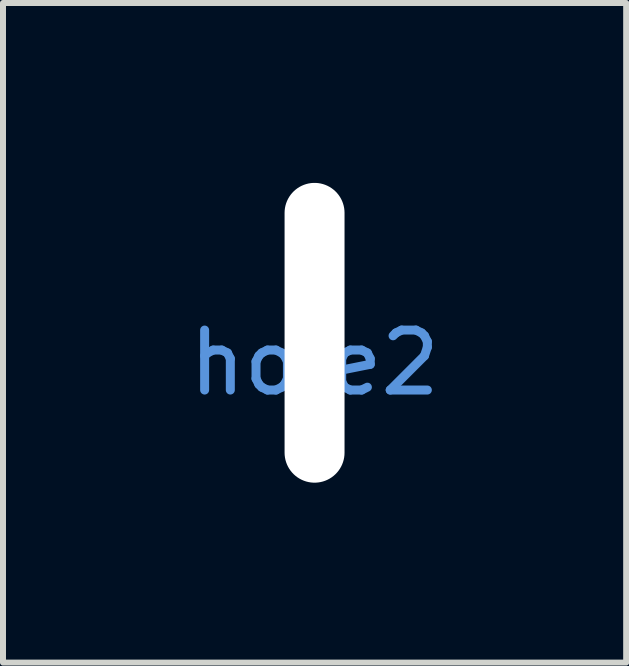
<source format=kicad_pcb>
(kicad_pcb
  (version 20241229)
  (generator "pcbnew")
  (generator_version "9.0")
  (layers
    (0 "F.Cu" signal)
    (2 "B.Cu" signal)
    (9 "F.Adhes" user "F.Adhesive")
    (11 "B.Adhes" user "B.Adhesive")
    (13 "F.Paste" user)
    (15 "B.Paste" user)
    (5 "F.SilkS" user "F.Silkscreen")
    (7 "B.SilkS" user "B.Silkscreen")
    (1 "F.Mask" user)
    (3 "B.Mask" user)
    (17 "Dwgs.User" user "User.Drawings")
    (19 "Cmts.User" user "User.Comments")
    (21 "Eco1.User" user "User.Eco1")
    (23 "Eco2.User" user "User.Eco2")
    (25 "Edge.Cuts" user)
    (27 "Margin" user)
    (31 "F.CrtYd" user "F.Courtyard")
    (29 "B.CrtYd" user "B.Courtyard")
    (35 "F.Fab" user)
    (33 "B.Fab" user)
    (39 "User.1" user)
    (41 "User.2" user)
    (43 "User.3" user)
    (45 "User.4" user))
  (footprint "hole2"
    (layer "F.Cu")
    (at 2.196 2.5)
    (property "Reference" "hole2" (at 0 0.5 0) (layer "Cmts.User") (effects (font (size 1 1) (thickness 0.15))))
    (attr through_hole)
    (pad "" np_thru_hole oval (at 0 0) (size 1 5) (drill oval 1 5) (layers "*.Cu" "*.Mask")))
  (gr_rect
    (start -3 -3)
    (end 7.393 8)
    (stroke (width 0.1) (type default))
    (fill no)
    (layer "Edge.Cuts")))
</source>
